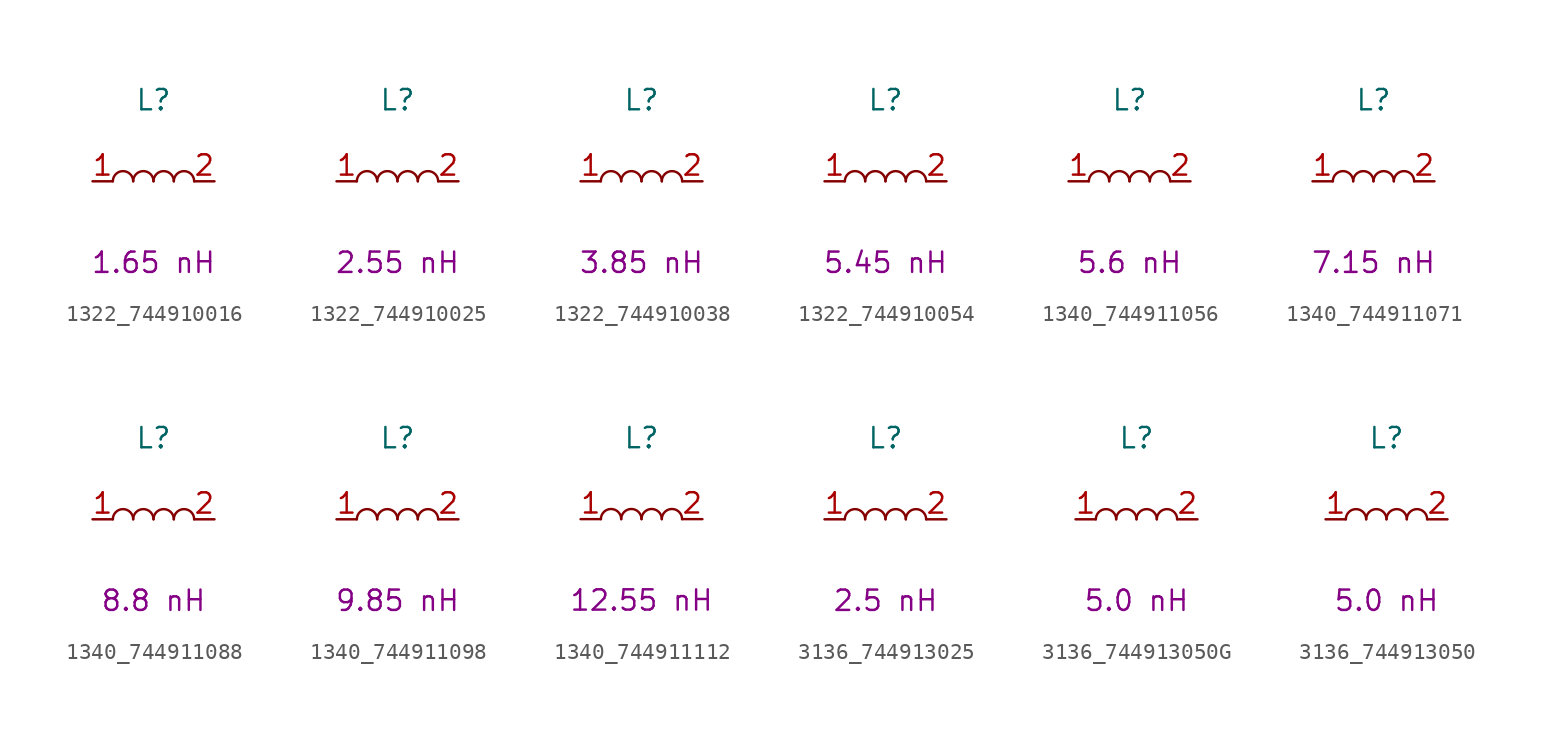
<source format=kicad_sym>
(kicad_symbol_lib
  (version 20220914)
  (generator kicad_symbol_editor)
  (symbol "1322_744910016"
    (pin_names hide)
    (property "Reference" "L"
      (at 0 5.08 0)
      (effects (font (size 1.27 1.27))))
    (property "Critical Parameter" "1.65 nH"
      (at 0 -5.08 0)
      (effects (font (size 1.27 1.27))))
    (symbol "1322_744910016_0_1"
      (arc (start -1.27 0) (mid -1.905 0.6323) (end -2.54 0) (stroke (width 0) (type default)) (fill (type none)))
      (arc (start 0 0) (mid -0.635 0.6323) (end -1.27 0) (stroke (width 0) (type default)) (fill (type none)))
      (arc (start 1.27 0) (mid 0.635 0.6323) (end 0 0) (stroke (width 0) (type default)) (fill (type none)))
      (arc (start 2.54 0) (mid 1.905 0.6323) (end 1.27 0) (stroke (width 0) (type default)) (fill (type none))))
    (symbol "1322_744910016_1_1"
      (pin passive line (at -3.81 0 0) (length 1.27) (name "1" (effects (font (size 1.27 1.27)))) (number "1" (effects (font (size 1.27 1.27)))))
      (pin passive line (at 3.81 0 180) (length 1.27) (name "2" (effects (font (size 1.27 1.27)))) (number "2" (effects (font (size 1.27 1.27)))))))
  (symbol "1322_744910025"
    (pin_names hide)
    (property "Reference" "L"
      (at 0 5.08 0)
      (effects (font (size 1.27 1.27))))
    (property "Critical Parameter" "2.55 nH"
      (at 0 -5.08 0)
      (effects (font (size 1.27 1.27))))
    (symbol "1322_744910025_0_1"
      (arc (start -1.27 0) (mid -1.905 0.6323) (end -2.54 0) (stroke (width 0) (type default)) (fill (type none)))
      (arc (start 0 0) (mid -0.635 0.6323) (end -1.27 0) (stroke (width 0) (type default)) (fill (type none)))
      (arc (start 1.27 0) (mid 0.635 0.6323) (end 0 0) (stroke (width 0) (type default)) (fill (type none)))
      (arc (start 2.54 0) (mid 1.905 0.6323) (end 1.27 0) (stroke (width 0) (type default)) (fill (type none))))
    (symbol "1322_744910025_1_1"
      (pin passive line (at -3.81 0 0) (length 1.27) (name "1" (effects (font (size 1.27 1.27)))) (number "1" (effects (font (size 1.27 1.27)))))
      (pin passive line (at 3.81 0 180) (length 1.27) (name "2" (effects (font (size 1.27 1.27)))) (number "2" (effects (font (size 1.27 1.27)))))))
  (symbol "1322_744910038"
    (pin_names hide)
    (property "Reference" "L"
      (at 0 5.08 0)
      (effects (font (size 1.27 1.27))))
    (property "Critical Parameter" "3.85 nH"
      (at 0 -5.08 0)
      (effects (font (size 1.27 1.27))))
    (symbol "1322_744910038_0_1"
      (arc (start -1.27 0) (mid -1.905 0.6323) (end -2.54 0) (stroke (width 0) (type default)) (fill (type none)))
      (arc (start 0 0) (mid -0.635 0.6323) (end -1.27 0) (stroke (width 0) (type default)) (fill (type none)))
      (arc (start 1.27 0) (mid 0.635 0.6323) (end 0 0) (stroke (width 0) (type default)) (fill (type none)))
      (arc (start 2.54 0) (mid 1.905 0.6323) (end 1.27 0) (stroke (width 0) (type default)) (fill (type none))))
    (symbol "1322_744910038_1_1"
      (pin passive line (at -3.81 0 0) (length 1.27) (name "1" (effects (font (size 1.27 1.27)))) (number "1" (effects (font (size 1.27 1.27)))))
      (pin passive line (at 3.81 0 180) (length 1.27) (name "2" (effects (font (size 1.27 1.27)))) (number "2" (effects (font (size 1.27 1.27)))))))
  (symbol "1322_744910054"
    (pin_names hide)
    (property "Reference" "L"
      (at 0 5.08 0)
      (effects (font (size 1.27 1.27))))
    (property "Critical Parameter" "5.45 nH"
      (at 0 -5.08 0)
      (effects (font (size 1.27 1.27))))
    (symbol "1322_744910054_0_1"
      (arc (start -1.27 0) (mid -1.905 0.6323) (end -2.54 0) (stroke (width 0) (type default)) (fill (type none)))
      (arc (start 0 0) (mid -0.635 0.6323) (end -1.27 0) (stroke (width 0) (type default)) (fill (type none)))
      (arc (start 1.27 0) (mid 0.635 0.6323) (end 0 0) (stroke (width 0) (type default)) (fill (type none)))
      (arc (start 2.54 0) (mid 1.905 0.6323) (end 1.27 0) (stroke (width 0) (type default)) (fill (type none))))
    (symbol "1322_744910054_1_1"
      (pin passive line (at -3.81 0 0) (length 1.27) (name "1" (effects (font (size 1.27 1.27)))) (number "1" (effects (font (size 1.27 1.27)))))
      (pin passive line (at 3.81 0 180) (length 1.27) (name "2" (effects (font (size 1.27 1.27)))) (number "2" (effects (font (size 1.27 1.27)))))))
  (symbol "1340_744911056"
    (pin_names hide)
    (property "Reference" "L"
      (at 0 5.08 0)
      (effects (font (size 1.27 1.27))))
    (property "Critical Parameter" "5.6 nH"
      (at 0 -5.08 0)
      (effects (font (size 1.27 1.27))))
    (symbol "1340_744911056_0_1"
      (arc (start -1.27 0) (mid -1.905 0.6323) (end -2.54 0) (stroke (width 0) (type default)) (fill (type none)))
      (arc (start 0 0) (mid -0.635 0.6323) (end -1.27 0) (stroke (width 0) (type default)) (fill (type none)))
      (arc (start 1.27 0) (mid 0.635 0.6323) (end 0 0) (stroke (width 0) (type default)) (fill (type none)))
      (arc (start 2.54 0) (mid 1.905 0.6323) (end 1.27 0) (stroke (width 0) (type default)) (fill (type none))))
    (symbol "1340_744911056_1_1"
      (pin passive line (at -3.81 0 0) (length 1.27) (name "1" (effects (font (size 1.27 1.27)))) (number "1" (effects (font (size 1.27 1.27)))))
      (pin passive line (at 3.81 0 180) (length 1.27) (name "2" (effects (font (size 1.27 1.27)))) (number "2" (effects (font (size 1.27 1.27)))))))
  (symbol "1340_744911071"
    (pin_names hide)
    (property "Reference" "L"
      (at 0 5.08 0)
      (effects (font (size 1.27 1.27))))
    (property "Critical Parameter" "7.15 nH"
      (at 0 -5.08 0)
      (effects (font (size 1.27 1.27))))
    (symbol "1340_744911071_0_1"
      (arc (start -1.27 0) (mid -1.905 0.6323) (end -2.54 0) (stroke (width 0) (type default)) (fill (type none)))
      (arc (start 0 0) (mid -0.635 0.6323) (end -1.27 0) (stroke (width 0) (type default)) (fill (type none)))
      (arc (start 1.27 0) (mid 0.635 0.6323) (end 0 0) (stroke (width 0) (type default)) (fill (type none)))
      (arc (start 2.54 0) (mid 1.905 0.6323) (end 1.27 0) (stroke (width 0) (type default)) (fill (type none))))
    (symbol "1340_744911071_1_1"
      (pin passive line (at -3.81 0 0) (length 1.27) (name "1" (effects (font (size 1.27 1.27)))) (number "1" (effects (font (size 1.27 1.27)))))
      (pin passive line (at 3.81 0 180) (length 1.27) (name "2" (effects (font (size 1.27 1.27)))) (number "2" (effects (font (size 1.27 1.27)))))))
  (symbol "1340_744911088"
    (pin_names hide)
    (property "Reference" "L"
      (at 0 5.08 0)
      (effects (font (size 1.27 1.27))))
    (property "Critical Parameter" "8.8 nH"
      (at 0 -5.08 0)
      (effects (font (size 1.27 1.27))))
    (symbol "1340_744911088_0_1"
      (arc (start -1.27 0) (mid -1.905 0.6323) (end -2.54 0) (stroke (width 0) (type default)) (fill (type none)))
      (arc (start 0 0) (mid -0.635 0.6323) (end -1.27 0) (stroke (width 0) (type default)) (fill (type none)))
      (arc (start 1.27 0) (mid 0.635 0.6323) (end 0 0) (stroke (width 0) (type default)) (fill (type none)))
      (arc (start 2.54 0) (mid 1.905 0.6323) (end 1.27 0) (stroke (width 0) (type default)) (fill (type none))))
    (symbol "1340_744911088_1_1"
      (pin passive line (at -3.81 0 0) (length 1.27) (name "1" (effects (font (size 1.27 1.27)))) (number "1" (effects (font (size 1.27 1.27)))))
      (pin passive line (at 3.81 0 180) (length 1.27) (name "2" (effects (font (size 1.27 1.27)))) (number "2" (effects (font (size 1.27 1.27)))))))
  (symbol "1340_744911098"
    (pin_names hide)
    (property "Reference" "L"
      (at 0 5.08 0)
      (effects (font (size 1.27 1.27))))
    (property "Critical Parameter" "9.85 nH"
      (at 0 -5.08 0)
      (effects (font (size 1.27 1.27))))
    (symbol "1340_744911098_0_1"
      (arc (start -1.27 0) (mid -1.905 0.6323) (end -2.54 0) (stroke (width 0) (type default)) (fill (type none)))
      (arc (start 0 0) (mid -0.635 0.6323) (end -1.27 0) (stroke (width 0) (type default)) (fill (type none)))
      (arc (start 1.27 0) (mid 0.635 0.6323) (end 0 0) (stroke (width 0) (type default)) (fill (type none)))
      (arc (start 2.54 0) (mid 1.905 0.6323) (end 1.27 0) (stroke (width 0) (type default)) (fill (type none))))
    (symbol "1340_744911098_1_1"
      (pin passive line (at -3.81 0 0) (length 1.27) (name "1" (effects (font (size 1.27 1.27)))) (number "1" (effects (font (size 1.27 1.27)))))
      (pin passive line (at 3.81 0 180) (length 1.27) (name "2" (effects (font (size 1.27 1.27)))) (number "2" (effects (font (size 1.27 1.27)))))))
  (symbol "1340_744911112"
    (pin_names hide)
    (property "Reference" "L"
      (at 0 5.08 0)
      (effects (font (size 1.27 1.27))))
    (property "Critical Parameter" "12.55 nH"
      (at 0 -5.08 0)
      (effects (font (size 1.27 1.27))))
    (symbol "1340_744911112_0_1"
      (arc (start -1.27 0) (mid -1.905 0.6323) (end -2.54 0) (stroke (width 0) (type default)) (fill (type none)))
      (arc (start 0 0) (mid -0.635 0.6323) (end -1.27 0) (stroke (width 0) (type default)) (fill (type none)))
      (arc (start 1.27 0) (mid 0.635 0.6323) (end 0 0) (stroke (width 0) (type default)) (fill (type none)))
      (arc (start 2.54 0) (mid 1.905 0.6323) (end 1.27 0) (stroke (width 0) (type default)) (fill (type none))))
    (symbol "1340_744911112_1_1"
      (pin passive line (at -3.81 0 0) (length 1.27) (name "1" (effects (font (size 1.27 1.27)))) (number "1" (effects (font (size 1.27 1.27)))))
      (pin passive line (at 3.81 0 180) (length 1.27) (name "2" (effects (font (size 1.27 1.27)))) (number "2" (effects (font (size 1.27 1.27)))))))
  (symbol "3136_744913025"
    (pin_names hide)
    (property "Reference" "L"
      (at 0 5.08 0)
      (effects (font (size 1.27 1.27))))
    (property "Critical Parameter" "2.5 nH"
      (at 0 -5.08 0)
      (effects (font (size 1.27 1.27))))
    (symbol "3136_744913025_0_1"
      (arc (start -1.27 0) (mid -1.905 0.6323) (end -2.54 0) (stroke (width 0) (type default)) (fill (type none)))
      (arc (start 0 0) (mid -0.635 0.6323) (end -1.27 0) (stroke (width 0) (type default)) (fill (type none)))
      (arc (start 1.27 0) (mid 0.635 0.6323) (end 0 0) (stroke (width 0) (type default)) (fill (type none)))
      (arc (start 2.54 0) (mid 1.905 0.6323) (end 1.27 0) (stroke (width 0) (type default)) (fill (type none))))
    (symbol "3136_744913025_1_1"
      (pin passive line (at -3.81 0 0) (length 1.27) (name "1" (effects (font (size 1.27 1.27)))) (number "1" (effects (font (size 1.27 1.27)))))
      (pin passive line (at 3.81 0 180) (length 1.27) (name "2" (effects (font (size 1.27 1.27)))) (number "2" (effects (font (size 1.27 1.27)))))))
  (symbol "3136_744913050G"
    (pin_names hide)
    (property "Reference" "L"
      (at 0 5.08 0)
      (effects (font (size 1.27 1.27))))
    (property "Critical Parameter" "5.0 nH"
      (at 0 -5.08 0)
      (effects (font (size 1.27 1.27))))
    (symbol "3136_744913050G_0_1"
      (arc (start -1.27 0) (mid -1.905 0.6323) (end -2.54 0) (stroke (width 0) (type default)) (fill (type none)))
      (arc (start 0 0) (mid -0.635 0.6323) (end -1.27 0) (stroke (width 0) (type default)) (fill (type none)))
      (arc (start 1.27 0) (mid 0.635 0.6323) (end 0 0) (stroke (width 0) (type default)) (fill (type none)))
      (arc (start 2.54 0) (mid 1.905 0.6323) (end 1.27 0) (stroke (width 0) (type default)) (fill (type none))))
    (symbol "3136_744913050G_1_1"
      (pin passive line (at -3.81 0 0) (length 1.27) (name "1" (effects (font (size 1.27 1.27)))) (number "1" (effects (font (size 1.27 1.27)))))
      (pin passive line (at 3.81 0 180) (length 1.27) (name "2" (effects (font (size 1.27 1.27)))) (number "2" (effects (font (size 1.27 1.27)))))))
  (symbol "3136_744913050"
    (pin_names hide)
    (property "Reference" "L"
      (at 0 5.08 0)
      (effects (font (size 1.27 1.27))))
    (property "Critical Parameter" "5.0 nH"
      (at 0 -5.08 0)
      (effects (font (size 1.27 1.27))))
    (symbol "3136_744913050_0_1"
      (arc (start -1.27 0) (mid -1.905 0.6323) (end -2.54 0) (stroke (width 0) (type default)) (fill (type none)))
      (arc (start 0 0) (mid -0.635 0.6323) (end -1.27 0) (stroke (width 0) (type default)) (fill (type none)))
      (arc (start 1.27 0) (mid 0.635 0.6323) (end 0 0) (stroke (width 0) (type default)) (fill (type none)))
      (arc (start 2.54 0) (mid 1.905 0.6323) (end 1.27 0) (stroke (width 0) (type default)) (fill (type none))))
    (symbol "3136_744913050_1_1"
      (pin passive line (at -3.81 0 0) (length 1.27) (name "1" (effects (font (size 1.27 1.27)))) (number "1" (effects (font (size 1.27 1.27)))))
      (pin passive line (at 3.81 0 180) (length 1.27) (name "2" (effects (font (size 1.27 1.27)))) (number "2" (effects (font (size 1.27 1.27))))))))
</source>
